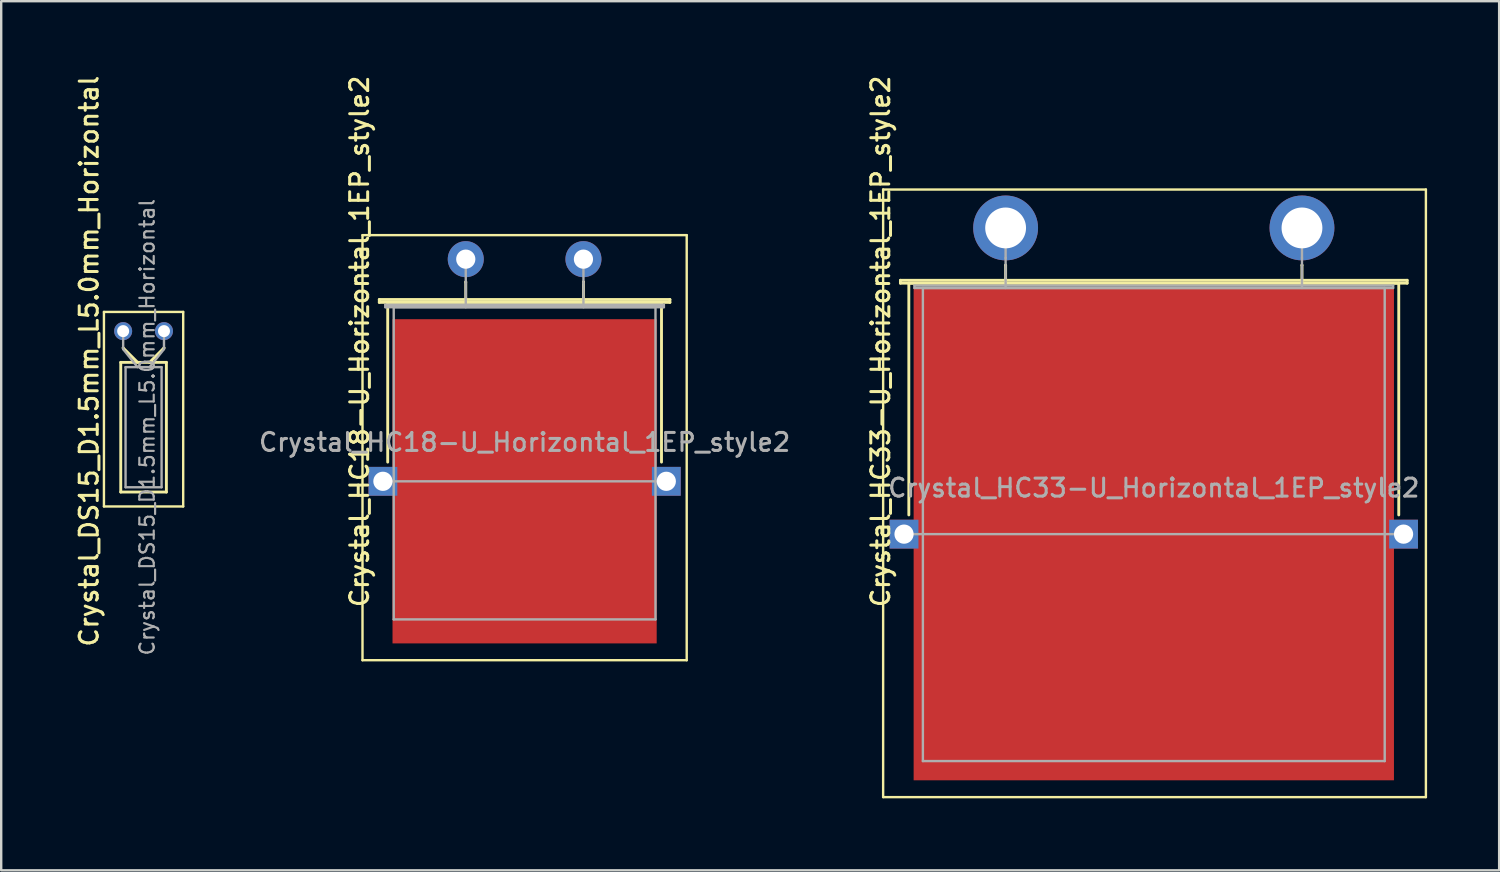
<source format=kicad_pcb>
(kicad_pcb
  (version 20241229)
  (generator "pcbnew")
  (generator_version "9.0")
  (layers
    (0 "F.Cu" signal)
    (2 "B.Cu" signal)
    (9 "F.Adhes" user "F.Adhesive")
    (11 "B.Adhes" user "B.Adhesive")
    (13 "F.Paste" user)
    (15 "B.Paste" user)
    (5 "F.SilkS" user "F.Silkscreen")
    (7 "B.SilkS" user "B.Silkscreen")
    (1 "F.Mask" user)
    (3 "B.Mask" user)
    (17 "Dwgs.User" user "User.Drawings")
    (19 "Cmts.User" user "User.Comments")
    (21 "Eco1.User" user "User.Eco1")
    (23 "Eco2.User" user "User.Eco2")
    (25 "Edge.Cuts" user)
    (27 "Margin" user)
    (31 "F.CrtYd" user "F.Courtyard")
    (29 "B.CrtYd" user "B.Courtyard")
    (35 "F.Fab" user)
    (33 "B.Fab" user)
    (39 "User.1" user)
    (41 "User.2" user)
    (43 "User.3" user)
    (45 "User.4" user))
  (footprint "Crystal_HC18-U_Horizontal_1EP_style2"
    (layer "F.Cu")
    (at 16.344 7.741)
    (property "Reference" "Crystal_HC18-U_Horizontal_1EP_style2" (at -4.425 3.425 90) (layer "F.SilkS") (effects (font (size 0.75 0.75) (thickness 0.125))))
    (attr through_hole)
    (fp_line (start -4.3 -1) (end -4.3 16.7) (stroke (width 0.1) (type solid)) (layer "F.SilkS"))
    (fp_line (start -4.3 16.7) (end 9.2 16.7) (stroke (width 0.1) (type solid)) (layer "F.SilkS"))
    (fp_line (start -3.6 1.68) (end 8.5 1.68) (stroke (width 0.12) (type solid)) (layer "F.SilkS"))
    (fp_line (start -3.6 1.8) (end -3.6 1.68) (stroke (width 0.12) (type solid)) (layer "F.SilkS"))
    (fp_line (start -3.25 1.8) (end 8.15 1.8) (stroke (width 0.12) (type solid)) (layer "F.SilkS"))
    (fp_line (start -3.25 8.45) (end -3.25 1.8) (stroke (width 0.12) (type solid)) (layer "F.SilkS"))
    (fp_line (start 0 0.95) (end 0 0.95) (stroke (width 0.12) (type solid)) (layer "F.SilkS"))
    (fp_line (start 0 1.8) (end 0 0.95) (stroke (width 0.12) (type solid)) (layer "F.SilkS"))
    (fp_line (start 4.9 0.95) (end 4.9 0.95) (stroke (width 0.12) (type solid)) (layer "F.SilkS"))
    (fp_line (start 4.9 1.8) (end 4.9 0.95) (stroke (width 0.12) (type solid)) (layer "F.SilkS"))
    (fp_line (start 8.15 1.8) (end 8.15 8.45) (stroke (width 0.12) (type solid)) (layer "F.SilkS"))
    (fp_line (start 8.5 1.68) (end 8.5 1.8) (stroke (width 0.12) (type solid)) (layer "F.SilkS"))
    (fp_line (start 8.5 1.8) (end -3.6 1.8) (stroke (width 0.12) (type solid)) (layer "F.SilkS"))
    (fp_line (start 9.2 -1) (end -4.3 -1) (stroke (width 0.1) (type solid)) (layer "F.SilkS"))
    (fp_line (start 9.2 16.7) (end 9.2 -1) (stroke (width 0.1) (type solid)) (layer "F.SilkS"))
    (fp_line (start -3.45 9.25) (end 8.35 9.25) (stroke (width 0.1) (type solid)) (layer "F.Fab"))
    (fp_line (start -3.35 1.9) (end 8.25 1.9) (stroke (width 0.1) (type solid)) (layer "F.Fab"))
    (fp_line (start -3.35 2) (end -3.35 1.9) (stroke (width 0.1) (type solid)) (layer "F.Fab"))
    (fp_line (start -3 2) (end -3 15) (stroke (width 0.1) (type solid)) (layer "F.Fab"))
    (fp_line (start -3 15) (end 7.9 15) (stroke (width 0.1) (type solid)) (layer "F.Fab"))
    (fp_line (start 0 1) (end 0 0) (stroke (width 0.1) (type solid)) (layer "F.Fab"))
    (fp_line (start 0 2) (end 0 1) (stroke (width 0.1) (type solid)) (layer "F.Fab"))
    (fp_line (start 4.9 1) (end 4.9 0) (stroke (width 0.1) (type solid)) (layer "F.Fab"))
    (fp_line (start 4.9 2) (end 4.9 1) (stroke (width 0.1) (type solid)) (layer "F.Fab"))
    (fp_line (start 7.9 2) (end -3 2) (stroke (width 0.1) (type solid)) (layer "F.Fab"))
    (fp_line (start 7.9 15) (end 7.9 2) (stroke (width 0.1) (type solid)) (layer "F.Fab"))
    (fp_line (start 8.25 1.9) (end 8.25 2) (stroke (width 0.1) (type solid)) (layer "F.Fab"))
    (fp_line (start 8.25 2) (end -3.35 2) (stroke (width 0.1) (type solid)) (layer "F.Fab"))
    (fp_text user "${REFERENCE}" (at 2.45 7.625 0) (layer "F.Fab") (effects (font (size 0.75 0.75) (thickness 0.125))))
    (pad "1" thru_hole circle (at 0 0) (size 1.5 1.5) (drill 0.8) (layers "*.Cu" "*.Mask"))
    (pad "2" thru_hole circle (at 4.9 0) (size 1.5 1.5) (drill 0.8) (layers "*.Cu" "*.Mask"))
    (pad "3" thru_hole rect (at -3.45 9.25) (size 1.2 1.2) (drill 0.8) (layers "*.Cu" "*.Mask"))
    (pad "3" smd rect (at 2.45 9.25) (size 11 13.5) (layers "F.Cu" "F.Mask" "F.Paste"))
    (pad "3" thru_hole rect (at 8.35 9.25) (size 1.2 1.2) (drill 0.8) (layers "*.Cu" "*.Mask")))
  (footprint "Crystal_HC33-U_Horizontal_1EP_style2"
    (layer "F.Cu")
    (at 38.823 6.441)
    (property "Reference" "Crystal_HC33-U_Horizontal_1EP_style2" (at -5.205 4.725 90) (layer "F.SilkS") (effects (font (size 0.75 0.75) (thickness 0.125))))
    (attr through_hole)
    (fp_line (start -5.1 -1.6) (end -5.1 23.7) (stroke (width 0.1) (type solid)) (layer "F.SilkS"))
    (fp_line (start -5.1 23.7) (end 17.5 23.7) (stroke (width 0.1) (type solid)) (layer "F.SilkS"))
    (fp_line (start -4.38 2.18) (end 16.72 2.18) (stroke (width 0.12) (type solid)) (layer "F.SilkS"))
    (fp_line (start -4.38 2.3) (end -4.38 2.18) (stroke (width 0.12) (type solid)) (layer "F.SilkS"))
    (fp_line (start -4.03 2.3) (end 16.37 2.3) (stroke (width 0.12) (type solid)) (layer "F.SilkS"))
    (fp_line (start -4.03 11.95) (end -4.03 2.3) (stroke (width 0.12) (type solid)) (layer "F.SilkS"))
    (fp_line (start 0 1.55) (end 0 1.55) (stroke (width 0.12) (type solid)) (layer "F.SilkS"))
    (fp_line (start 0 2.3) (end 0 1.55) (stroke (width 0.12) (type solid)) (layer "F.SilkS"))
    (fp_line (start 12.34 1.55) (end 12.34 1.55) (stroke (width 0.12) (type solid)) (layer "F.SilkS"))
    (fp_line (start 12.34 2.3) (end 12.34 1.55) (stroke (width 0.12) (type solid)) (layer "F.SilkS"))
    (fp_line (start 16.37 2.3) (end 16.37 11.95) (stroke (width 0.12) (type solid)) (layer "F.SilkS"))
    (fp_line (start 16.72 2.18) (end 16.72 2.3) (stroke (width 0.12) (type solid)) (layer "F.SilkS"))
    (fp_line (start 16.72 2.3) (end -4.38 2.3) (stroke (width 0.12) (type solid)) (layer "F.SilkS"))
    (fp_line (start 17.5 -1.6) (end -5.1 -1.6) (stroke (width 0.1) (type solid)) (layer "F.SilkS"))
    (fp_line (start 17.5 23.7) (end 17.5 -1.6) (stroke (width 0.1) (type solid)) (layer "F.SilkS"))
    (fp_line (start -4.23 12.75) (end 16.57 12.75) (stroke (width 0.1) (type solid)) (layer "F.Fab"))
    (fp_line (start -3.795 2.4) (end 16.135 2.4) (stroke (width 0.1) (type solid)) (layer "F.Fab"))
    (fp_line (start -3.795 2.5) (end -3.795 2.4) (stroke (width 0.1) (type solid)) (layer "F.Fab"))
    (fp_line (start -3.445 2.5) (end -3.445 22.2) (stroke (width 0.1) (type solid)) (layer "F.Fab"))
    (fp_line (start -3.445 22.2) (end 15.785 22.2) (stroke (width 0.1) (type solid)) (layer "F.Fab"))
    (fp_line (start 0 1.25) (end 0 0) (stroke (width 0.1) (type solid)) (layer "F.Fab"))
    (fp_line (start 0 2.5) (end 0 1.25) (stroke (width 0.1) (type solid)) (layer "F.Fab"))
    (fp_line (start 12.34 1.25) (end 12.34 0) (stroke (width 0.1) (type solid)) (layer "F.Fab"))
    (fp_line (start 12.34 2.5) (end 12.34 1.25) (stroke (width 0.1) (type solid)) (layer "F.Fab"))
    (fp_line (start 15.785 2.5) (end -3.445 2.5) (stroke (width 0.1) (type solid)) (layer "F.Fab"))
    (fp_line (start 15.785 22.2) (end 15.785 2.5) (stroke (width 0.1) (type solid)) (layer "F.Fab"))
    (fp_line (start 16.135 2.4) (end 16.135 2.5) (stroke (width 0.1) (type solid)) (layer "F.Fab"))
    (fp_line (start 16.135 2.5) (end -3.795 2.5) (stroke (width 0.1) (type solid)) (layer "F.Fab"))
    (fp_text user "${REFERENCE}" (at 6.17 10.825 0) (layer "F.Fab") (effects (font (size 0.75 0.75) (thickness 0.125))))
    (pad "1" thru_hole circle (at 0 0) (size 2.7 2.7) (drill 1.7) (layers "*.Cu" "*.Mask"))
    (pad "2" thru_hole circle (at 12.34 0) (size 2.7 2.7) (drill 1.7) (layers "*.Cu" "*.Mask"))
    (pad "3" thru_hole rect (at -4.23 12.75) (size 1.2 1.2) (drill 0.8) (layers "*.Cu" "*.Mask"))
    (pad "3" smd rect (at 6.17 12.75) (size 20 20.5) (layers "F.Cu" "F.Mask" "F.Paste"))
    (pad "3" thru_hole rect (at 16.57 12.75) (size 1.2 1.2) (drill 0.8) (layers "*.Cu" "*.Mask")))
  (footprint "Crystal_DS15_D1.5mm_L5.0mm_Horizontal"
    (layer "F.Cu")
    (at 2.078 10.738)
    (property "Reference" "Crystal_DS15_D1.5mm_L5.0mm_Horizontal" (at -1.42 1.25 90) (layer "F.SilkS") (effects (font (size 0.75 0.75) (thickness 0.125))))
    (attr through_hole)
    (fp_line (start -0.8 -0.8) (end -0.8 7.3) (stroke (width 0.1) (type solid)) (layer "F.SilkS"))
    (fp_line (start -0.8 7.3) (end 2.5 7.3) (stroke (width 0.1) (type solid)) (layer "F.SilkS"))
    (fp_line (start -0.1 1.3) (end -0.1 6.7) (stroke (width 0.12) (type solid)) (layer "F.SilkS"))
    (fp_line (start -0.1 6.7) (end 1.8 6.7) (stroke (width 0.12) (type solid)) (layer "F.SilkS"))
    (fp_line (start 0 0.7) (end 0 0.7) (stroke (width 0.12) (type solid)) (layer "F.SilkS"))
    (fp_line (start 0.6 1.3) (end 0 0.7) (stroke (width 0.12) (type solid)) (layer "F.SilkS"))
    (fp_line (start 1.1 1.3) (end 1.7 0.7) (stroke (width 0.12) (type solid)) (layer "F.SilkS"))
    (fp_line (start 1.7 0.7) (end 1.7 0.7) (stroke (width 0.12) (type solid)) (layer "F.SilkS"))
    (fp_line (start 1.8 1.3) (end -0.1 1.3) (stroke (width 0.12) (type solid)) (layer "F.SilkS"))
    (fp_line (start 1.8 6.7) (end 1.8 1.3) (stroke (width 0.12) (type solid)) (layer "F.SilkS"))
    (fp_line (start 2.5 -0.8) (end -0.8 -0.8) (stroke (width 0.1) (type solid)) (layer "F.SilkS"))
    (fp_line (start 2.5 7.3) (end 2.5 -0.8) (stroke (width 0.1) (type solid)) (layer "F.SilkS"))
    (fp_line (start 0 0.75) (end 0 0) (stroke (width 0.1) (type solid)) (layer "F.Fab"))
    (fp_line (start 0.1 1.5) (end 0.1 6.5) (stroke (width 0.1) (type solid)) (layer "F.Fab"))
    (fp_line (start 0.1 6.5) (end 1.6 6.5) (stroke (width 0.1) (type solid)) (layer "F.Fab"))
    (fp_line (start 0.6 1.5) (end 0 0.75) (stroke (width 0.1) (type solid)) (layer "F.Fab"))
    (fp_line (start 1.1 1.5) (end 1.7 0.75) (stroke (width 0.1) (type solid)) (layer "F.Fab"))
    (fp_line (start 1.6 1.5) (end 0.1 1.5) (stroke (width 0.1) (type solid)) (layer "F.Fab"))
    (fp_line (start 1.6 6.5) (end 1.6 1.5) (stroke (width 0.1) (type solid)) (layer "F.Fab"))
    (fp_line (start 1.7 0.75) (end 1.7 0) (stroke (width 0.1) (type solid)) (layer "F.Fab"))
    (fp_text user "${REFERENCE}" (at 1 4 90) (layer "F.Fab") (effects (font (size 0.6 0.6) (thickness 0.09))))
    (pad "1" thru_hole circle (at 0 0) (size 0.75 0.75) (drill 0.5) (layers "*.Cu" "*.Mask"))
    (pad "2" thru_hole circle (at 1.7 0) (size 0.75 0.75) (drill 0.5) (layers "*.Cu" "*.Mask")))
  (gr_rect
    (start -3 -3)
    (end 59.373 33.191)
    (stroke (width 0.1) (type default))
    (fill no)
    (layer "Edge.Cuts")))
</source>
